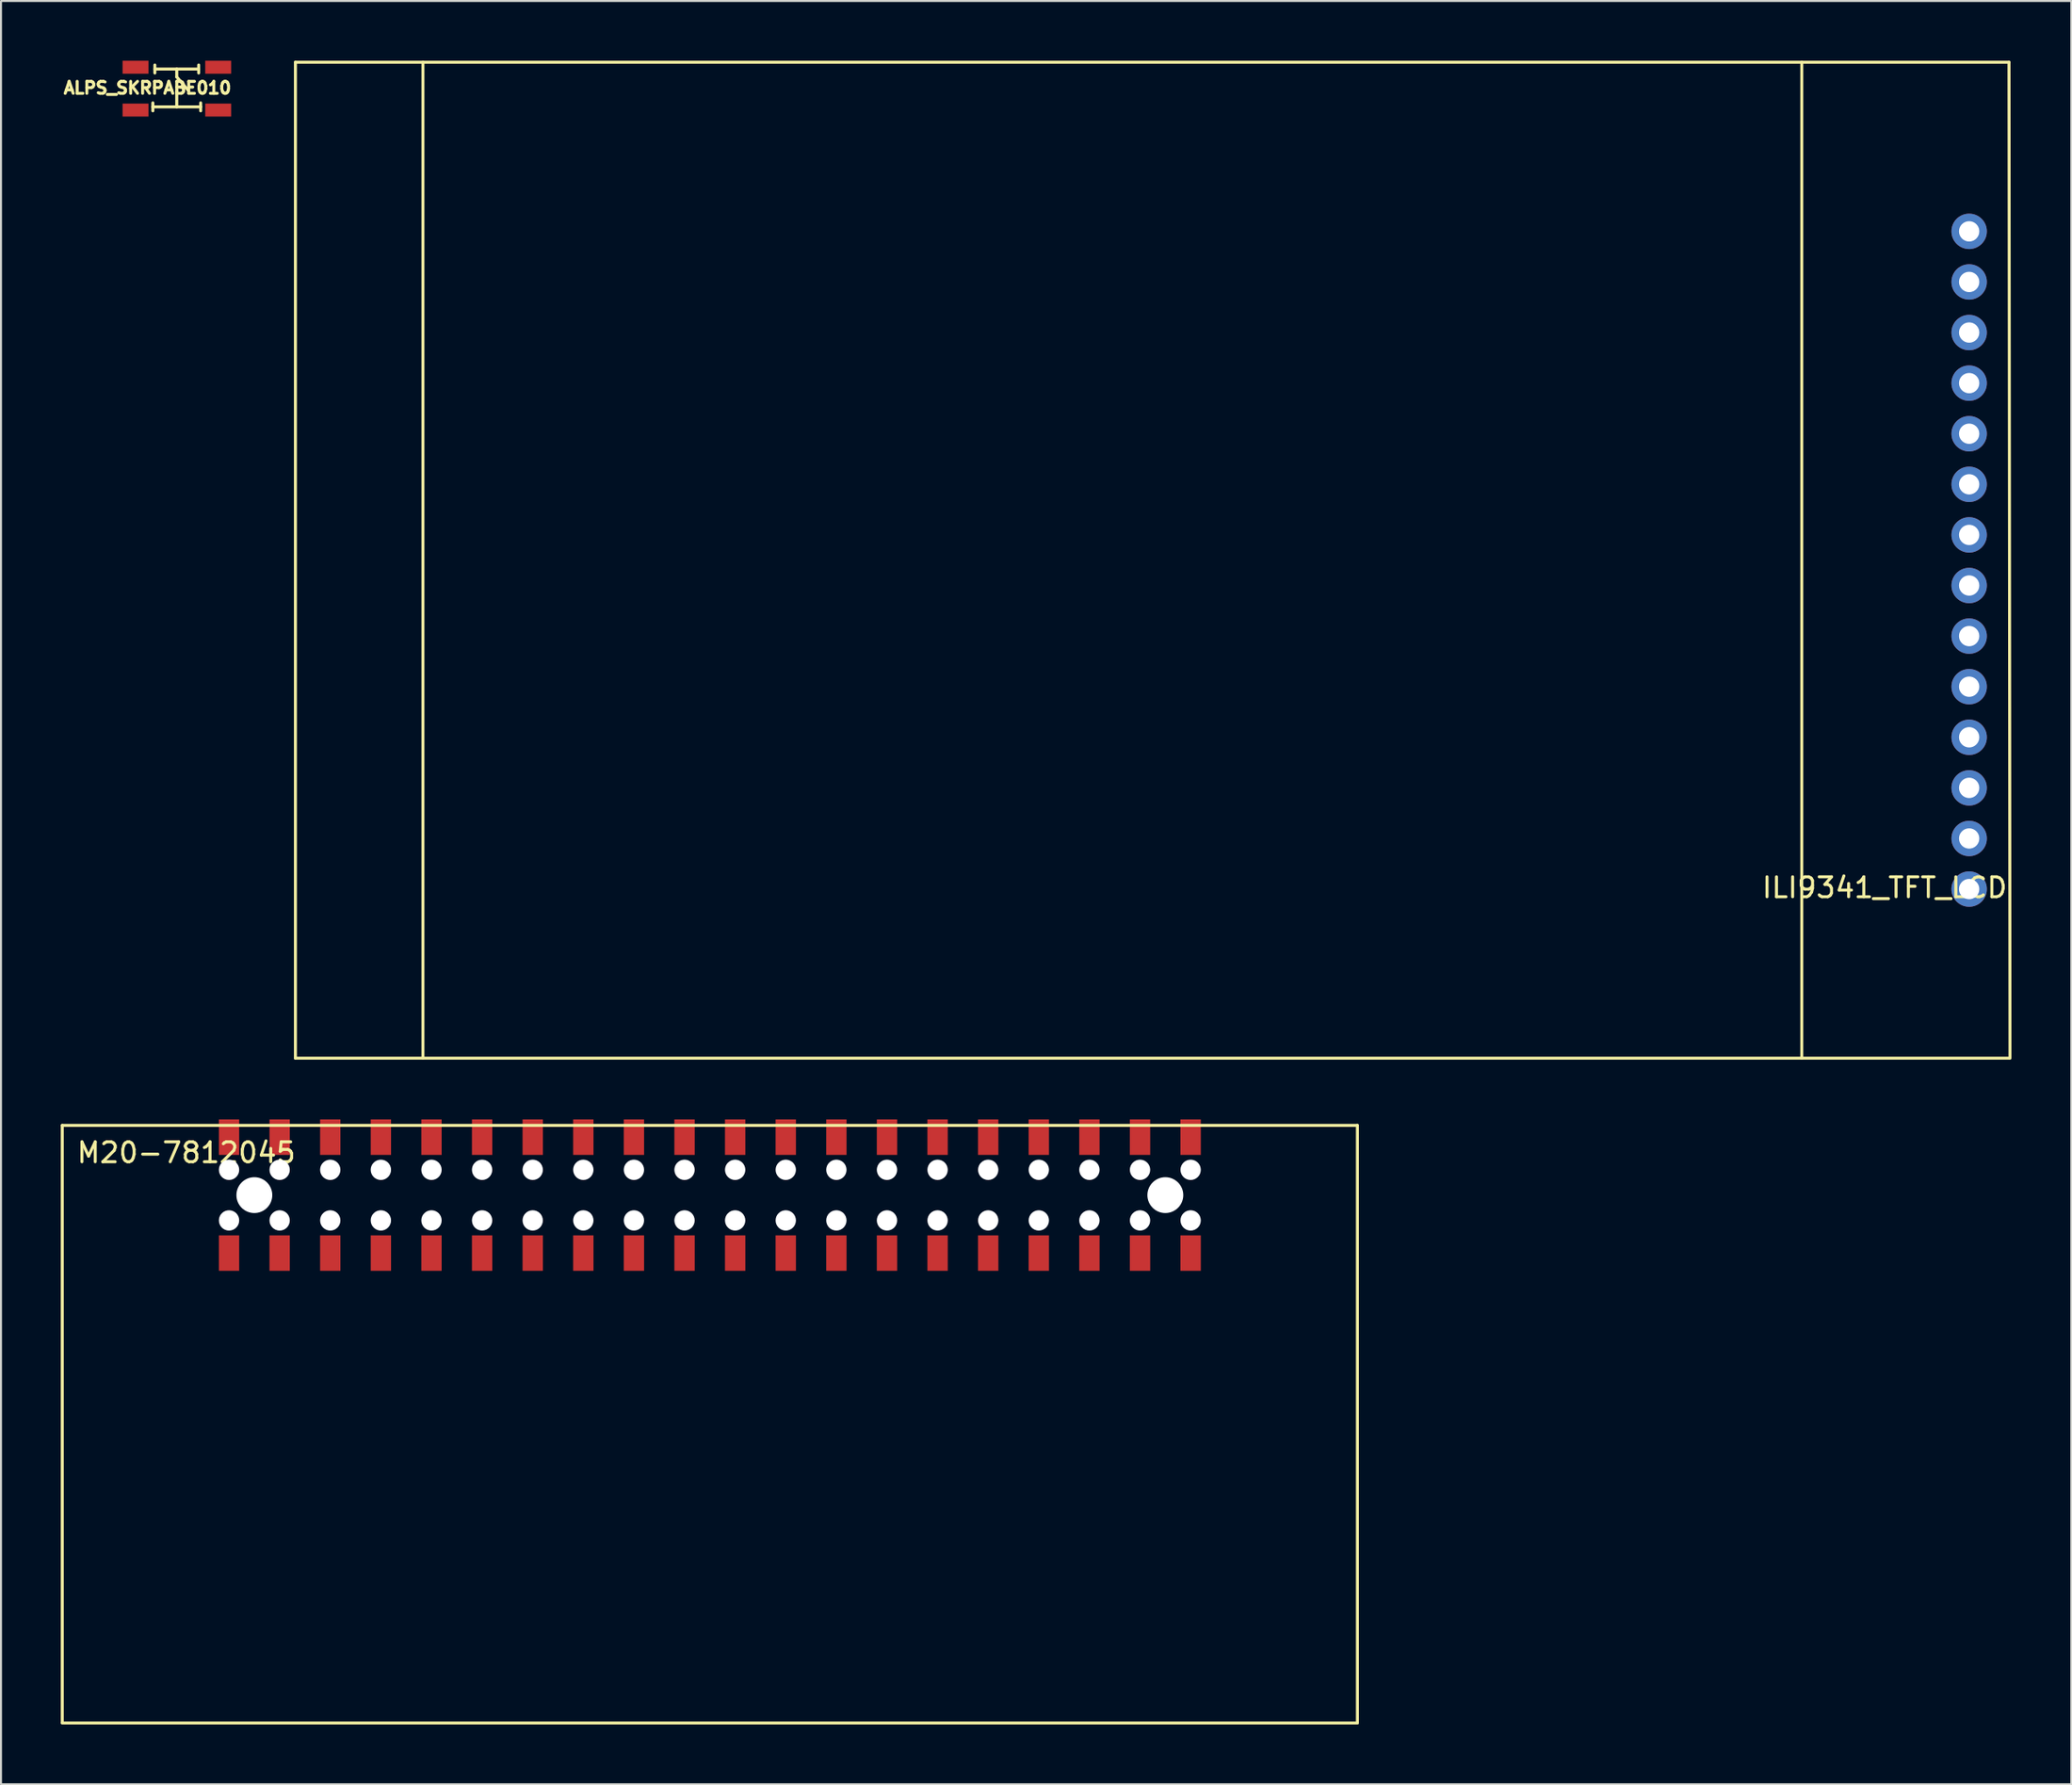
<source format=kicad_pcb>
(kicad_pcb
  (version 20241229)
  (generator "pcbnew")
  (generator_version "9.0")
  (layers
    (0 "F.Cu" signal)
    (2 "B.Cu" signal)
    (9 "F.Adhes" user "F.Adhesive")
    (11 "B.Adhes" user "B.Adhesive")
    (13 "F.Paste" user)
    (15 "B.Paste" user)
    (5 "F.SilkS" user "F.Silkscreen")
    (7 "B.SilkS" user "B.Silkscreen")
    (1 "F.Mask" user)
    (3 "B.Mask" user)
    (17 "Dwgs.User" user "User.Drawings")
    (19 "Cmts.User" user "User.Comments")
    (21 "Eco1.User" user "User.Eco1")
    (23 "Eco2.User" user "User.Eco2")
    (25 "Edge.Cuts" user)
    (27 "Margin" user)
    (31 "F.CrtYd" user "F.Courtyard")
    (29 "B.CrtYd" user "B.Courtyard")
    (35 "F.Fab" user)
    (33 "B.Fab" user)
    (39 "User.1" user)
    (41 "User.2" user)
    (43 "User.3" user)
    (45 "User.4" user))
  (footprint "M20-7812045"
    (layer "F.Cu")
    (at 32.445 56.78)
    (property "Reference" "M20-7812045" (at -26.145 -1.96 0) (layer "F.SilkS") (effects (font (size 1 1) (thickness 0.15))))
    (attr through_hole)
    (fp_line (start -32.37 -3.33) (end -32.37 26.66) (stroke (width 0.15) (type solid)) (layer "F.SilkS"))
    (fp_line (start 32.63 -3.33) (end -32.37 -3.33) (stroke (width 0.15) (type solid)) (layer "F.SilkS"))
    (fp_line (start 32.63 -3.33) (end 32.63 26.66) (stroke (width 0.15) (type solid)) (layer "F.SilkS"))
    (fp_line (start 32.63 26.67) (end -32.37 26.67) (stroke (width 0.15) (type solid)) (layer "F.SilkS"))
    (pad "" np_thru_hole circle (at -24 -1.1) (size 1.02 1.02) (drill 1.02) (layers "*.Cu" "*.Mask"))
    (pad "" np_thru_hole circle (at -24 1.44 90) (size 1.02 1.02) (drill 1.02) (layers "*.Cu" "*.Mask"))
    (pad "" np_thru_hole circle (at -22.73 0.17) (size 1.8 1.8) (drill 1.8) (layers "*.Cu" "*.Mask"))
    (pad "" np_thru_hole circle (at -21.46 -1.1) (size 1.02 1.02) (drill 1.02) (layers "*.Cu" "*.Mask"))
    (pad "" np_thru_hole circle (at -21.46 1.44) (size 1.02 1.02) (drill 1.02) (layers "*.Cu" "*.Mask"))
    (pad "" np_thru_hole circle (at -18.92 -1.1) (size 1.02 1.02) (drill 1.02) (layers "*.Cu" "*.Mask"))
    (pad "" np_thru_hole circle (at -18.92 1.44) (size 1.02 1.02) (drill 1.02) (layers "*.Cu" "*.Mask"))
    (pad "" np_thru_hole circle (at -16.38 -1.1) (size 1.02 1.02) (drill 1.02) (layers "*.Cu" "*.Mask"))
    (pad "" np_thru_hole circle (at -16.38 1.44) (size 1.02 1.02) (drill 1.02) (layers "*.Cu" "*.Mask"))
    (pad "" np_thru_hole circle (at -13.84 -1.1) (size 1.02 1.02) (drill 1.02) (layers "*.Cu" "*.Mask"))
    (pad "" np_thru_hole circle (at -13.84 1.44) (size 1.02 1.02) (drill 1.02) (layers "*.Cu" "*.Mask"))
    (pad "" np_thru_hole circle (at -11.3 -1.1) (size 1.02 1.02) (drill 1.02) (layers "*.Cu" "*.Mask"))
    (pad "" np_thru_hole circle (at -11.3 1.44) (size 1.02 1.02) (drill 1.02) (layers "*.Cu" "*.Mask"))
    (pad "" np_thru_hole circle (at -8.76 -1.1) (size 1.02 1.02) (drill 1.02) (layers "*.Cu" "*.Mask"))
    (pad "" np_thru_hole circle (at -8.76 1.44) (size 1.02 1.02) (drill 1.02) (layers "*.Cu" "*.Mask"))
    (pad "" np_thru_hole circle (at -6.22 -1.1) (size 1.02 1.02) (drill 1.02) (layers "*.Cu" "*.Mask"))
    (pad "" np_thru_hole circle (at -6.22 1.44) (size 1.02 1.02) (drill 1.02) (layers "*.Cu" "*.Mask"))
    (pad "" np_thru_hole circle (at -3.68 -1.1) (size 1.02 1.02) (drill 1.02) (layers "*.Cu" "*.Mask"))
    (pad "" np_thru_hole circle (at -3.68 1.44) (size 1.02 1.02) (drill 1.02) (layers "*.Cu" "*.Mask"))
    (pad "" np_thru_hole circle (at -1.14 -1.1) (size 1.02 1.02) (drill 1.02) (layers "*.Cu" "*.Mask"))
    (pad "" np_thru_hole circle (at -1.14 1.44) (size 1.02 1.02) (drill 1.02) (layers "*.Cu" "*.Mask"))
    (pad "" np_thru_hole circle (at 1.4 -1.1) (size 1.02 1.02) (drill 1.02) (layers "*.Cu" "*.Mask"))
    (pad "" np_thru_hole circle (at 1.4 1.44) (size 1.02 1.02) (drill 1.02) (layers "*.Cu" "*.Mask"))
    (pad "" np_thru_hole circle (at 3.94 -1.1) (size 1.02 1.02) (drill 1.02) (layers "*.Cu" "*.Mask"))
    (pad "" np_thru_hole circle (at 3.94 1.44) (size 1.02 1.02) (drill 1.02) (layers "*.Cu" "*.Mask"))
    (pad "" np_thru_hole circle (at 6.48 -1.1) (size 1.02 1.02) (drill 1.02) (layers "*.Cu" "*.Mask"))
    (pad "" np_thru_hole circle (at 6.48 1.44) (size 1.02 1.02) (drill 1.02) (layers "*.Cu" "*.Mask"))
    (pad "" np_thru_hole circle (at 9.02 -1.1) (size 1.02 1.02) (drill 1.02) (layers "*.Cu" "*.Mask"))
    (pad "" np_thru_hole circle (at 9.02 1.44) (size 1.02 1.02) (drill 1.02) (layers "*.Cu" "*.Mask"))
    (pad "" np_thru_hole circle (at 11.56 -1.1) (size 1.02 1.02) (drill 1.02) (layers "*.Cu" "*.Mask"))
    (pad "" np_thru_hole circle (at 11.56 1.44) (size 1.02 1.02) (drill 1.02) (layers "*.Cu" "*.Mask"))
    (pad "" np_thru_hole circle (at 14.1 -1.1) (size 1.02 1.02) (drill 1.02) (layers "*.Cu" "*.Mask"))
    (pad "" np_thru_hole circle (at 14.1 1.44) (size 1.02 1.02) (drill 1.02) (layers "*.Cu" "*.Mask"))
    (pad "" np_thru_hole circle (at 16.64 -1.1) (size 1.02 1.02) (drill 1.02) (layers "*.Cu" "*.Mask"))
    (pad "" np_thru_hole circle (at 16.64 1.44) (size 1.02 1.02) (drill 1.02) (layers "*.Cu" "*.Mask"))
    (pad "" np_thru_hole circle (at 19.18 -1.1) (size 1.02 1.02) (drill 1.02) (layers "*.Cu" "*.Mask"))
    (pad "" np_thru_hole circle (at 19.18 1.44) (size 1.02 1.02) (drill 1.02) (layers "*.Cu" "*.Mask"))
    (pad "" np_thru_hole circle (at 21.72 -1.1) (size 1.02 1.02) (drill 1.02) (layers "*.Cu" "*.Mask"))
    (pad "" np_thru_hole circle (at 21.72 1.44) (size 1.02 1.02) (drill 1.02) (layers "*.Cu" "*.Mask"))
    (pad "" np_thru_hole circle (at 22.99 0.17) (size 1.8 1.8) (drill 1.8) (layers "*.Cu" "*.Mask"))
    (pad "" np_thru_hole circle (at 24.26 -1.1) (size 1.02 1.02) (drill 1.02) (layers "*.Cu" "*.Mask"))
    (pad "" np_thru_hole circle (at 24.26 1.44) (size 1.02 1.02) (drill 1.02) (layers "*.Cu" "*.Mask"))
    (pad "1" smd rect (at 24.26 3.08) (size 1.02 1.78) (layers "F.Cu" "F.Mask" "F.Paste"))
    (pad "2" smd rect (at 24.26 -2.74) (size 1.02 1.78) (layers "F.Cu" "F.Mask" "F.Paste"))
    (pad "3" smd rect (at 21.72 3.08) (size 1.02 1.78) (layers "F.Cu" "F.Mask" "F.Paste"))
    (pad "4" smd rect (at 21.72 -2.74) (size 1.02 1.78) (layers "F.Cu" "F.Mask" "F.Paste"))
    (pad "5" smd rect (at 19.18 3.08) (size 1.02 1.78) (layers "F.Cu" "F.Mask" "F.Paste"))
    (pad "6" smd rect (at 19.18 -2.74) (size 1.02 1.78) (layers "F.Cu" "F.Mask" "F.Paste"))
    (pad "7" smd rect (at 16.64 3.08) (size 1.02 1.78) (layers "F.Cu" "F.Mask" "F.Paste"))
    (pad "8" smd rect (at 16.64 -2.74) (size 1.02 1.78) (layers "F.Cu" "F.Mask" "F.Paste"))
    (pad "9" smd rect (at 14.1 3.08) (size 1.02 1.78) (layers "F.Cu" "F.Mask" "F.Paste"))
    (pad "10" smd rect (at 14.1 -2.74) (size 1.02 1.78) (layers "F.Cu" "F.Mask" "F.Paste"))
    (pad "11" smd rect (at 11.56 3.08) (size 1.02 1.78) (layers "F.Cu" "F.Mask" "F.Paste"))
    (pad "12" smd rect (at 11.56 -2.74) (size 1.02 1.78) (layers "F.Cu" "F.Mask" "F.Paste"))
    (pad "13" smd rect (at 9.02 3.08) (size 1.02 1.78) (layers "F.Cu" "F.Mask" "F.Paste"))
    (pad "14" smd rect (at 9.02 -2.74) (size 1.02 1.78) (layers "F.Cu" "F.Mask" "F.Paste"))
    (pad "15" smd rect (at 6.48 3.08) (size 1.02 1.78) (layers "F.Cu" "F.Mask" "F.Paste"))
    (pad "16" smd rect (at 6.48 -2.74) (size 1.02 1.78) (layers "F.Cu" "F.Mask" "F.Paste"))
    (pad "17" smd rect (at 3.94 3.08) (size 1.02 1.78) (layers "F.Cu" "F.Mask" "F.Paste"))
    (pad "18" smd rect (at 3.94 -2.74) (size 1.02 1.78) (layers "F.Cu" "F.Mask" "F.Paste"))
    (pad "19" smd rect (at 1.4 3.08) (size 1.02 1.78) (layers "F.Cu" "F.Mask" "F.Paste"))
    (pad "20" smd rect (at 1.4 -2.74) (size 1.02 1.78) (layers "F.Cu" "F.Mask" "F.Paste"))
    (pad "21" smd rect (at -1.14 3.08) (size 1.02 1.78) (layers "F.Cu" "F.Mask" "F.Paste"))
    (pad "22" smd rect (at -1.14 -2.74) (size 1.02 1.78) (layers "F.Cu" "F.Mask" "F.Paste"))
    (pad "23" smd rect (at -3.68 3.08) (size 1.02 1.78) (layers "F.Cu" "F.Mask" "F.Paste"))
    (pad "24" smd rect (at -3.68 -2.74) (size 1.02 1.78) (layers "F.Cu" "F.Mask" "F.Paste"))
    (pad "25" smd rect (at -6.22 3.08) (size 1.02 1.78) (layers "F.Cu" "F.Mask" "F.Paste"))
    (pad "26" smd rect (at -6.22 -2.74) (size 1.02 1.78) (layers "F.Cu" "F.Mask" "F.Paste"))
    (pad "27" smd rect (at -8.76 3.08) (size 1.02 1.78) (layers "F.Cu" "F.Mask" "F.Paste"))
    (pad "28" smd rect (at -8.76 -2.74) (size 1.02 1.78) (layers "F.Cu" "F.Mask" "F.Paste"))
    (pad "29" smd rect (at -11.3 3.08) (size 1.02 1.78) (layers "F.Cu" "F.Mask" "F.Paste"))
    (pad "30" smd rect (at -11.3 -2.74) (size 1.02 1.78) (layers "F.Cu" "F.Mask" "F.Paste"))
    (pad "31" smd rect (at -13.84 3.08) (size 1.02 1.78) (layers "F.Cu" "F.Mask" "F.Paste"))
    (pad "32" smd rect (at -13.84 -2.74) (size 1.02 1.78) (layers "F.Cu" "F.Mask" "F.Paste"))
    (pad "33" smd rect (at -16.38 3.08) (size 1.02 1.78) (layers "F.Cu" "F.Mask" "F.Paste"))
    (pad "34" smd rect (at -16.38 -2.74) (size 1.02 1.78) (layers "F.Cu" "F.Mask" "F.Paste"))
    (pad "35" smd rect (at -18.92 3.08) (size 1.02 1.78) (layers "F.Cu" "F.Mask" "F.Paste"))
    (pad "36" smd rect (at -18.92 -2.74) (size 1.02 1.78) (layers "F.Cu" "F.Mask" "F.Paste"))
    (pad "37" smd rect (at -21.46 3.08) (size 1.02 1.78) (layers "F.Cu" "F.Mask" "F.Paste"))
    (pad "38" smd rect (at -21.46 -2.74) (size 1.02 1.78) (layers "F.Cu" "F.Mask" "F.Paste"))
    (pad "39" smd rect (at -24 3.08) (size 1.02 1.78) (layers "F.Cu" "F.Mask" "F.Paste"))
    (pad "40" smd rect (at -24 -2.74) (size 1.02 1.78) (layers "F.Cu" "F.Mask" "F.Paste")))
  (footprint "ILI9341_TFT_LCD"
    (layer "F.Cu")
    (at 55.036 23.305)
    (property "Reference" "ILI9341_TFT_LCD" (at 36.5 18.21 0) (layer "F.SilkS") (effects (font (size 1 1) (thickness 0.15))))
    (attr through_hole)
    (fp_line (start -43.26 -23.23) (end -43.26 26.77) (stroke (width 0.15) (type solid)) (layer "F.SilkS"))
    (fp_line (start -36.86 -23.23) (end -36.86 26.77) (stroke (width 0.15) (type solid)) (layer "F.SilkS"))
    (fp_line (start 32.34 -23.23) (end 32.34 26.77) (stroke (width 0.15) (type solid)) (layer "F.SilkS"))
    (fp_line (start 42.74 -23.23) (end -43.26 -23.23) (stroke (width 0.15) (type solid)) (layer "F.SilkS"))
    (fp_line (start 42.74 -23.23) (end 42.79 26.77) (stroke (width 0.15) (type solid)) (layer "F.SilkS"))
    (fp_line (start 42.74 26.77) (end -43.26 26.77) (stroke (width 0.15) (type solid)) (layer "F.SilkS"))
    (pad "1" thru_hole circle (at 40.74 18.28) (size 1.778 1.778) (drill 1.02) (layers "*.Cu" "*.Mask"))
    (pad "2" thru_hole circle (at 40.74 15.74) (size 1.778 1.778) (drill 1.02) (layers "*.Cu" "*.Mask"))
    (pad "3" thru_hole circle (at 40.74 13.2) (size 1.778 1.778) (drill 1.02) (layers "*.Cu" "*.Mask"))
    (pad "4" thru_hole circle (at 40.74 10.66) (size 1.778 1.778) (drill 1.02) (layers "*.Cu" "*.Mask"))
    (pad "5" thru_hole circle (at 40.74 8.12) (size 1.778 1.778) (drill 1.02) (layers "*.Cu" "*.Mask"))
    (pad "6" thru_hole circle (at 40.74 5.58) (size 1.778 1.778) (drill 1.02) (layers "*.Cu" "*.Mask"))
    (pad "7" thru_hole circle (at 40.74 3.04) (size 1.778 1.778) (drill 1.02) (layers "*.Cu" "*.Mask"))
    (pad "8" thru_hole circle (at 40.74 0.5) (size 1.778 1.778) (drill 1.02) (layers "*.Cu" "*.Mask"))
    (pad "9" thru_hole circle (at 40.74 -2.04) (size 1.778 1.778) (drill 1.02) (layers "*.Cu" "*.Mask"))
    (pad "10" thru_hole circle (at 40.74 -4.58) (size 1.778 1.778) (drill 1.02) (layers "*.Cu" "*.Mask"))
    (pad "11" thru_hole circle (at 40.74 -7.12) (size 1.778 1.778) (drill 1.02) (layers "*.Cu" "*.Mask"))
    (pad "12" thru_hole circle (at 40.74 -9.66) (size 1.778 1.778) (drill 1.02) (layers "*.Cu" "*.Mask"))
    (pad "13" thru_hole circle (at 40.74 -12.2) (size 1.778 1.778) (drill 1.02) (layers "*.Cu" "*.Mask"))
    (pad "14" thru_hole circle (at 40.74 -14.74) (size 1.778 1.778) (drill 1.02) (layers "*.Cu" "*.Mask")))
  (footprint "ALPS_SKRPABE010"
    (layer "F.Cu")
    (at 5.821 1.415)
    (property "Reference" "ALPS_SKRPABE010" (at -1.47 -0.05 0) (layer "F.SilkS") (effects (font (size 0.6 0.6) (thickness 0.15))))
    (attr through_hole)
    (fp_line (start -1.2 0.7) (end -1.2 1.1) (stroke (width 0.15) (type solid)) (layer "F.SilkS"))
    (fp_line (start -1.2 0.9) (end 1.2 0.9) (stroke (width 0.15) (type solid)) (layer "F.SilkS"))
    (fp_line (start -1.1 -1.2) (end -1.1 -0.8) (stroke (width 0.15) (type solid)) (layer "F.SilkS"))
    (fp_line (start -1.1 -1) (end 1.1 -1) (stroke (width 0.15) (type solid)) (layer "F.SilkS"))
    (fp_line (start 0 -1) (end 0 -0.6) (stroke (width 0.15) (type solid)) (layer "F.SilkS"))
    (fp_line (start 0 -0.6) (end 0.6 0.1) (stroke (width 0.15) (type solid)) (layer "F.SilkS"))
    (fp_line (start 0 0.9) (end 0 0.1) (stroke (width 0.15) (type solid)) (layer "F.SilkS"))
    (fp_line (start 1.1 -1.2) (end 1.1 -0.8) (stroke (width 0.15) (type solid)) (layer "F.SilkS"))
    (fp_line (start 1.2 0.7) (end 1.2 1.1) (stroke (width 0.15) (type solid)) (layer "F.SilkS"))
    (pad "1" smd rect (at -2.07 -1.09) (size 1.3 0.65) (layers "F.Cu" "F.Mask" "F.Paste"))
    (pad "1" smd rect (at 2.08 -1.09) (size 1.3 0.65) (layers "F.Cu" "F.Mask" "F.Paste"))
    (pad "2" smd rect (at -2.07 1.06) (size 1.3 0.65) (layers "F.Cu" "F.Mask" "F.Paste"))
    (pad "2" smd rect (at 2.08 1.06) (size 1.3 0.65) (layers "F.Cu" "F.Mask" "F.Paste")))
  (gr_rect
    (start -3 -3)
    (end 100.901 86.525)
    (stroke (width 0.1) (type default))
    (fill no)
    (layer "Edge.Cuts")))
</source>
